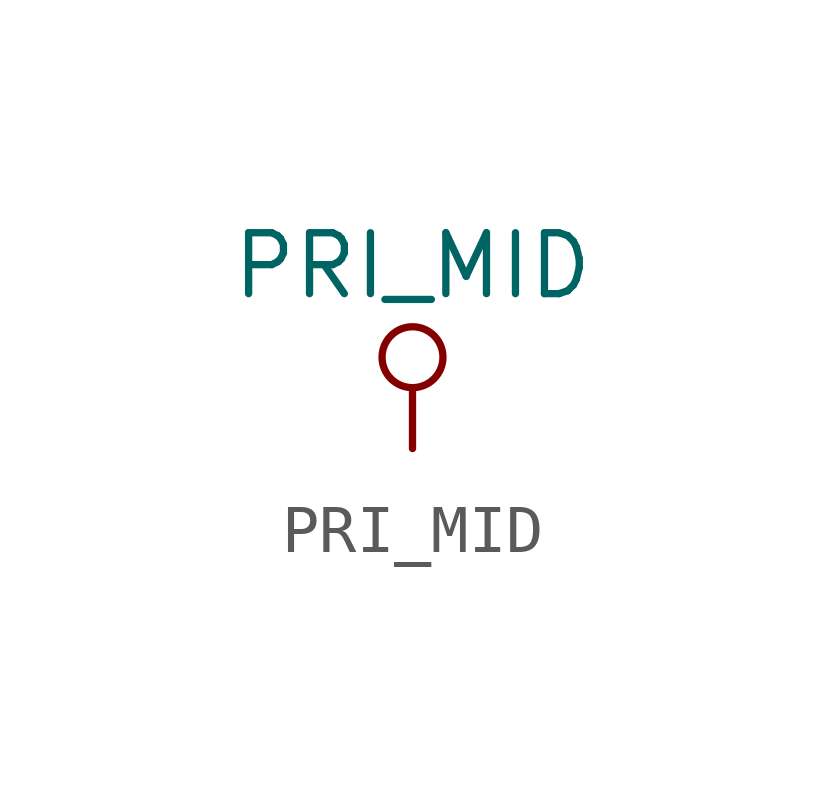
<source format=kicad_sym>
(kicad_symbol_lib
  (version 20220914)
  (generator kicad_symbol_editor)
  (symbol "PRI_MID"
    (power)
    (pin_names
      (offset 0))
    (property "Reference" "#PWR"
      (at 0 -3.81 0)
      (effects (font (size 1.27 1.27)) hide))
    (property "Value" "PRI_MID"
      (at 0 3.81 0)
      (effects (font (size 1.27 1.27))))
    (symbol "PRI_MID_0_1"
      (polyline (pts (xy 0 0) (xy 0 1.27)) (stroke (width 0) (type solid)) (fill (type none)))
      (circle (center 0 1.905) (radius 0.635) (stroke (width 0) (type solid)) (fill (type none))))
    (symbol "PRI_MID_1_1"
      (pin power_in line (at 0 0 90) (length 0) hide (name "PRI_MID" (effects (font (size 1.27 1.27)))) (number "1" (effects (font (size 1.27 1.27))))))))
</source>
